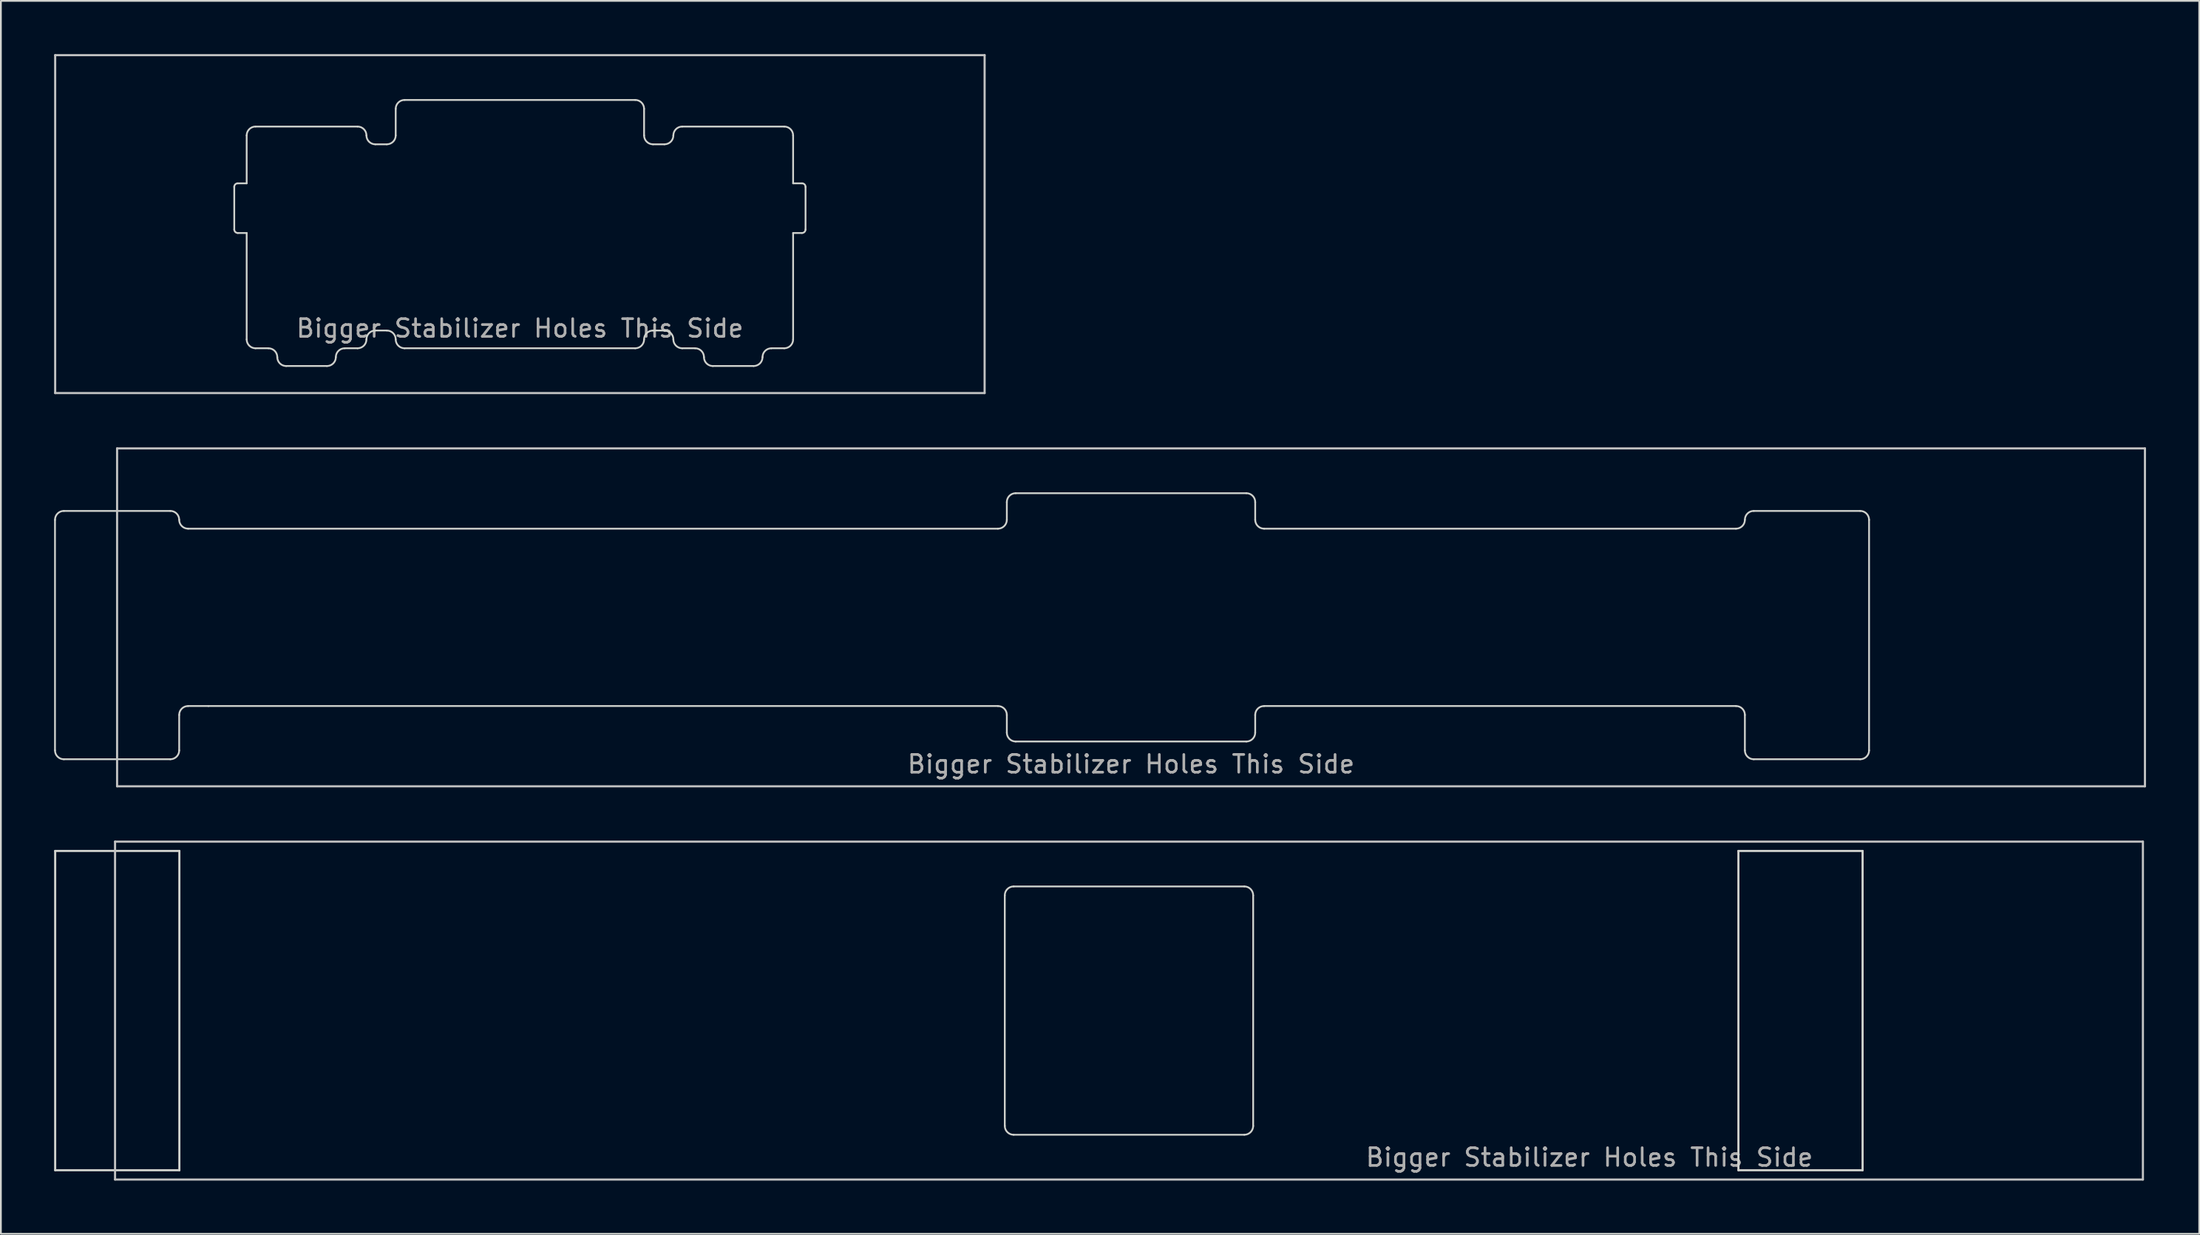
<source format=kicad_pcb>
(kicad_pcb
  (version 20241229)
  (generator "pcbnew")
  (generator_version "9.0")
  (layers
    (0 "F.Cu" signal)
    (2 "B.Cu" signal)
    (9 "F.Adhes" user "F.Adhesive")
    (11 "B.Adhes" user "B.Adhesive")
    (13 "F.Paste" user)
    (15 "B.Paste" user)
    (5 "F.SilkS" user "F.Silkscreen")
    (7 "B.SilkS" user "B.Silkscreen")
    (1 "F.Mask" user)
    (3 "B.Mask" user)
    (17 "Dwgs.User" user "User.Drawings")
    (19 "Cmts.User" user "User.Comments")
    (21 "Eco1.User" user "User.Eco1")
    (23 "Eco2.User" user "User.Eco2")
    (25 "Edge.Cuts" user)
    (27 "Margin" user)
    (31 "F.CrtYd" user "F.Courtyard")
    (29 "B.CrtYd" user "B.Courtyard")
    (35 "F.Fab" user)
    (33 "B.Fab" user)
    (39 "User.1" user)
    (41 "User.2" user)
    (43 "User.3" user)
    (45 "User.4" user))
  (footprint "mx_top_plate_6.00u"
    (layer "F.Cu")
    (at 60.7 31.755)
    (property "Reference" "mx_top_plate_6.00u" (at 0 2.381 0) (layer "Eco1.User") (effects (font (size 1 1) (thickness 0.15))))
    (attr through_hole)
    (fp_line (start -57.15 -9.525) (end 57.15 -9.525) (stroke (width 0.12) (type solid)) (layer "Dwgs.User"))
    (fp_line (start -57.15 9.525) (end -57.15 -9.525) (stroke (width 0.12) (type solid)) (layer "Dwgs.User"))
    (fp_line (start 57.15 -9.525) (end 57.15 9.525) (stroke (width 0.12) (type solid)) (layer "Dwgs.User"))
    (fp_line (start 57.15 9.525) (end -57.15 9.525) (stroke (width 0.12) (type solid)) (layer "Dwgs.User"))
    (fp_line (start 0 0) (end -0.5 0) (stroke (width 0.12) (type solid)) (layer "Eco1.User"))
    (fp_line (start 0 0) (end 0 -0.5) (stroke (width 0.12) (type solid)) (layer "Eco1.User"))
    (fp_line (start 0 0) (end 0 0.5) (stroke (width 0.12) (type solid)) (layer "Eco1.User"))
    (fp_line (start 0 0) (end 0.5 0) (stroke (width 0.12) (type solid)) (layer "Eco1.User"))
    (fp_line (start -60.65 -5.5) (end -60.65 7.5) (stroke (width 0.1) (type solid)) (layer "Edge.Cuts"))
    (fp_line (start -60.15 -6) (end -54.15 -6) (stroke (width 0.1) (type solid)) (layer "Edge.Cuts"))
    (fp_line (start -60.15 8) (end -54.15 8) (stroke (width 0.1) (type solid)) (layer "Edge.Cuts"))
    (fp_line (start -53.65 5.5) (end -53.65 7.5) (stroke (width 0.1) (type solid)) (layer "Edge.Cuts"))
    (fp_line (start -53.15 -5) (end -7.5 -5) (stroke (width 0.1) (type solid)) (layer "Edge.Cuts"))
    (fp_line (start -53.15 5) (end -52 5) (stroke (width 0.1) (type solid)) (layer "Edge.Cuts"))
    (fp_line (start -52 5) (end -7.5 5) (stroke (width 0.1) (type solid)) (layer "Edge.Cuts"))
    (fp_line (start -7 -6.5) (end -7 -5.5) (stroke (width 0.1) (type solid)) (layer "Edge.Cuts"))
    (fp_line (start -7 5.5) (end -7 6.5) (stroke (width 0.1) (type solid)) (layer "Edge.Cuts"))
    (fp_line (start -6.5 -7) (end 6.5 -7) (stroke (width 0.1) (type solid)) (layer "Edge.Cuts"))
    (fp_line (start -6.5 7) (end 6.5 7) (stroke (width 0.1) (type solid)) (layer "Edge.Cuts"))
    (fp_line (start 7 5.5) (end 7 6.5) (stroke (width 0.1) (type solid)) (layer "Edge.Cuts"))
    (fp_line (start 7 -6.5) (end 7 -5.5) (stroke (width 0.1) (type solid)) (layer "Edge.Cuts"))
    (fp_line (start 7.5 5) (end 34.1 5) (stroke (width 0.1) (type solid)) (layer "Edge.Cuts"))
    (fp_line (start 7.5 -5) (end 34.1 -5) (stroke (width 0.1) (type solid)) (layer "Edge.Cuts"))
    (fp_line (start 34.6 5.5) (end 34.6 7.5) (stroke (width 0.1) (type solid)) (layer "Edge.Cuts"))
    (fp_line (start 35.1 -6) (end 41.1 -6) (stroke (width 0.1) (type solid)) (layer "Edge.Cuts"))
    (fp_line (start 35.1 8) (end 41.1 8) (stroke (width 0.1) (type solid)) (layer "Edge.Cuts"))
    (fp_line (start 41.6 -5.5) (end 41.6 7.5) (stroke (width 0.1) (type solid)) (layer "Edge.Cuts"))
    (fp_arc (start -60.65 -5.50038) (mid -60.503553 -5.853933) (end -60.15 -6.00038) (stroke (width 0.1) (type solid)) (layer "Edge.Cuts"))
    (fp_arc (start -60.15 8) (mid -60.503553 7.853553) (end -60.65 7.5) (stroke (width 0.1) (type solid)) (layer "Edge.Cuts"))
    (fp_arc (start -54.15 -6.00038) (mid -53.796447 -5.853933) (end -53.65 -5.50038) (stroke (width 0.1) (type solid)) (layer "Edge.Cuts"))
    (fp_arc (start -53.65 5.5) (mid -53.503553 5.146447) (end -53.15 5) (stroke (width 0.1) (type solid)) (layer "Edge.Cuts"))
    (fp_arc (start -53.65 7.5) (mid -53.796447 7.853553) (end -54.15 8) (stroke (width 0.1) (type solid)) (layer "Edge.Cuts"))
    (fp_arc (start -53.15 -5.00038) (mid -53.503553 -5.146827) (end -53.65 -5.50038) (stroke (width 0.1) (type solid)) (layer "Edge.Cuts"))
    (fp_arc (start -7.5 5) (mid -7.146447 5.146447) (end -7 5.5) (stroke (width 0.1) (type solid)) (layer "Edge.Cuts"))
    (fp_arc (start -7 -6.5) (mid -6.853553 -6.853553) (end -6.5 -7) (stroke (width 0.1) (type solid)) (layer "Edge.Cuts"))
    (fp_arc (start -7 -5.5) (mid -7.146447 -5.146447) (end -7.5 -5) (stroke (width 0.1) (type solid)) (layer "Edge.Cuts"))
    (fp_arc (start -6.5 7) (mid -6.853553 6.853553) (end -7 6.5) (stroke (width 0.1) (type solid)) (layer "Edge.Cuts"))
    (fp_arc (start 6.5 -7) (mid 6.853553 -6.853553) (end 7 -6.5) (stroke (width 0.1) (type solid)) (layer "Edge.Cuts"))
    (fp_arc (start 6.999672 5.500007) (mid 7.146119 5.146454) (end 7.499672 5.000007) (stroke (width 0.1) (type solid)) (layer "Edge.Cuts"))
    (fp_arc (start 6.999672 6.500007) (mid 6.853225 6.85356) (end 6.499672 7.000007) (stroke (width 0.1) (type solid)) (layer "Edge.Cuts"))
    (fp_arc (start 7.5 -5) (mid 7.146447 -5.146447) (end 7 -5.5) (stroke (width 0.1) (type solid)) (layer "Edge.Cuts"))
    (fp_arc (start 34.1 5.000008) (mid 34.453553 5.146455) (end 34.6 5.500008) (stroke (width 0.1) (type solid)) (layer "Edge.Cuts"))
    (fp_arc (start 34.6 -5.5) (mid 34.453553 -5.146447) (end 34.1 -5) (stroke (width 0.1) (type solid)) (layer "Edge.Cuts"))
    (fp_arc (start 34.6 -5.5) (mid 34.746447 -5.853553) (end 35.1 -6) (stroke (width 0.1) (type solid)) (layer "Edge.Cuts"))
    (fp_arc (start 35.1 8.000008) (mid 34.746447 7.853561) (end 34.6 7.500008) (stroke (width 0.1) (type solid)) (layer "Edge.Cuts"))
    (fp_arc (start 41.1 -6) (mid 41.453553 -5.853553) (end 41.6 -5.5) (stroke (width 0.1) (type solid)) (layer "Edge.Cuts"))
    (fp_arc (start 41.6 7.500008) (mid 41.453553 7.853561) (end 41.1 8.000008) (stroke (width 0.1) (type solid)) (layer "Edge.Cuts"))
    (fp_text user "Bigger Stabilizer Holes This Side" (at 0 8.275 0) (unlocked yes) (layer "F.Fab") (effects (font (size 1 1) (thickness 0.15)))))
  (footprint "mx_top_plate_6.00u_pcb_mount"
    (layer "F.Cu")
    (at 60.585 53.925)
    (property "Reference" "mx_top_plate_6.00u_pcb_mount" (at 0 2.381 0) (layer "Eco1.User") (effects (font (size 1 1) (thickness 0.15))))
    (attr through_hole)
    (fp_line (start -57.15 -9.525) (end 57.15 -9.525) (stroke (width 0.12) (type solid)) (layer "Dwgs.User"))
    (fp_line (start -57.15 9.525) (end -57.15 -9.525) (stroke (width 0.12) (type solid)) (layer "Dwgs.User"))
    (fp_line (start 57.15 -9.525) (end 57.15 9.525) (stroke (width 0.12) (type solid)) (layer "Dwgs.User"))
    (fp_line (start 57.15 9.525) (end -57.15 9.525) (stroke (width 0.12) (type solid)) (layer "Dwgs.User"))
    (fp_line (start 0 0) (end -0.5 0) (stroke (width 0.12) (type solid)) (layer "Eco1.User"))
    (fp_line (start 0 0) (end 0 -0.5) (stroke (width 0.12) (type solid)) (layer "Eco1.User"))
    (fp_line (start 0 0) (end 0 0.5) (stroke (width 0.12) (type solid)) (layer "Eco1.User"))
    (fp_line (start 0 0) (end 0.5 0) (stroke (width 0.12) (type solid)) (layer "Eco1.User"))
    (fp_line (start -60.525 -9) (end -53.525 -9) (stroke (width 0.12) (type default)) (layer "Edge.Cuts"))
    (fp_line (start -60.525 9) (end -60.525 -9) (stroke (width 0.12) (type default)) (layer "Edge.Cuts"))
    (fp_line (start -53.525 -9) (end -53.525 9) (stroke (width 0.12) (type default)) (layer "Edge.Cuts"))
    (fp_line (start -53.525 9) (end -60.525 9) (stroke (width 0.12) (type default)) (layer "Edge.Cuts"))
    (fp_line (start -7 -6.491) (end -7 6.5) (stroke (width 0.1) (type solid)) (layer "Edge.Cuts"))
    (fp_line (start -6.5 -7) (end 6.5 -7) (stroke (width 0.1) (type solid)) (layer "Edge.Cuts"))
    (fp_line (start -6.5 7) (end 6.5 7) (stroke (width 0.1) (type solid)) (layer "Edge.Cuts"))
    (fp_line (start 7 -6.491) (end 7 6.509) (stroke (width 0.1) (type solid)) (layer "Edge.Cuts"))
    (fp_line (start 34.35 -9) (end 41.35 -9) (stroke (width 0.12) (type default)) (layer "Edge.Cuts"))
    (fp_line (start 34.35 9) (end 34.35 -9) (stroke (width 0.12) (type default)) (layer "Edge.Cuts"))
    (fp_line (start 41.35 -9) (end 41.35 9) (stroke (width 0.12) (type default)) (layer "Edge.Cuts"))
    (fp_line (start 41.35 9) (end 34.35 9) (stroke (width 0.12) (type default)) (layer "Edge.Cuts"))
    (fp_arc (start -7 -6.5) (mid -6.853553 -6.853553) (end -6.5 -7) (stroke (width 0.1) (type solid)) (layer "Edge.Cuts"))
    (fp_arc (start -6.5 7) (mid -6.853553 6.853553) (end -7 6.5) (stroke (width 0.1) (type solid)) (layer "Edge.Cuts"))
    (fp_arc (start 6.5 -7) (mid 6.853553 -6.853553) (end 7 -6.5) (stroke (width 0.1) (type solid)) (layer "Edge.Cuts"))
    (fp_arc (start 7 6.5) (mid 6.853553 6.853553) (end 6.5 7) (stroke (width 0.1) (type solid)) (layer "Edge.Cuts"))
    (fp_text user "Bigger Stabilizer Holes This Side" (at 25.95 8.275 0) (unlocked yes) (layer "F.Fab") (effects (font (size 1 1) (thickness 0.15)))))
  (footprint "mx_top_plate_2.75u_plate_mount"
    (layer "F.Cu")
    (at 26.254 9.585)
    (property "Reference" "mx_top_plate_2.75u_plate_mount" (at 0 2.381 0) (layer "Eco1.User") (effects (font (size 1 1) (thickness 0.15))))
    (attr through_hole)
    (fp_line (start -26.194 -9.525) (end 26.194 -9.525) (stroke (width 0.12) (type solid)) (layer "Dwgs.User"))
    (fp_line (start -26.194 9.525) (end -26.194 -9.525) (stroke (width 0.12) (type solid)) (layer "Dwgs.User"))
    (fp_line (start 26.194 -9.525) (end 26.194 9.525) (stroke (width 0.12) (type solid)) (layer "Dwgs.User"))
    (fp_line (start 26.194 9.525) (end -26.194 9.525) (stroke (width 0.12) (type solid)) (layer "Dwgs.User"))
    (fp_line (start -0.000001 -0.000013) (end -0.5 -0.000013) (stroke (width 0.12) (type solid)) (layer "Eco1.User"))
    (fp_line (start -0.000001 -0.000013) (end -0.000001 -0.5) (stroke (width 0.12) (type solid)) (layer "Eco1.User"))
    (fp_line (start -0.000001 -0.000013) (end -0.000001 0.5) (stroke (width 0.12) (type solid)) (layer "Eco1.User"))
    (fp_line (start -0.000001 -0.000013) (end 0.5 -0.000013) (stroke (width 0.12) (type solid)) (layer "Eco1.User"))
    (fp_line (start -16.1 -2.1) (end -16.1 0.3) (stroke (width 0.1) (type solid)) (layer "Edge.Cuts"))
    (fp_line (start -15.9 -2.3) (end -15.4 -2.3) (stroke (width 0.1) (type solid)) (layer "Edge.Cuts"))
    (fp_line (start -15.9 0.5) (end -15.4 0.5) (stroke (width 0.1) (type solid)) (layer "Edge.Cuts"))
    (fp_line (start -15.4 -5) (end -15.4 -2.3) (stroke (width 0.1) (type solid)) (layer "Edge.Cuts"))
    (fp_line (start -15.4 0.5) (end -15.4 6.5) (stroke (width 0.1) (type solid)) (layer "Edge.Cuts"))
    (fp_line (start -14.9 -5.5) (end -9.15 -5.5) (stroke (width 0.1) (type solid)) (layer "Edge.Cuts"))
    (fp_line (start -14.9 7) (end -14.175 7) (stroke (width 0.1) (type solid)) (layer "Edge.Cuts"))
    (fp_line (start -13.175 8) (end -10.875 8) (stroke (width 0.1) (type solid)) (layer "Edge.Cuts"))
    (fp_line (start -9.875 7) (end -9.15 7) (stroke (width 0.1) (type solid)) (layer "Edge.Cuts"))
    (fp_line (start -8.15 -4.5) (end -7.5 -4.5) (stroke (width 0.1) (type solid)) (layer "Edge.Cuts"))
    (fp_line (start -8.15 6) (end -7.5 6) (stroke (width 0.1) (type solid)) (layer "Edge.Cuts"))
    (fp_line (start -7 -6.5) (end -7 -5) (stroke (width 0.1) (type solid)) (layer "Edge.Cuts"))
    (fp_line (start -6.5 -7) (end 6.5 -7) (stroke (width 0.1) (type solid)) (layer "Edge.Cuts"))
    (fp_line (start -6.5 7) (end 6.5 7) (stroke (width 0.1) (type solid)) (layer "Edge.Cuts"))
    (fp_line (start 7 -6.5) (end 7 -5) (stroke (width 0.1) (type solid)) (layer "Edge.Cuts"))
    (fp_line (start 8.15 -4.5) (end 7.5 -4.5) (stroke (width 0.1) (type solid)) (layer "Edge.Cuts"))
    (fp_line (start 8.15 6) (end 7.5 6) (stroke (width 0.1) (type solid)) (layer "Edge.Cuts"))
    (fp_line (start 9.875 7) (end 9.15 7) (stroke (width 0.1) (type solid)) (layer "Edge.Cuts"))
    (fp_line (start 13.175 8) (end 10.875 8) (stroke (width 0.1) (type solid)) (layer "Edge.Cuts"))
    (fp_line (start 14.9 -5.5) (end 9.15 -5.5) (stroke (width 0.1) (type solid)) (layer "Edge.Cuts"))
    (fp_line (start 14.9 7) (end 14.175 7) (stroke (width 0.1) (type solid)) (layer "Edge.Cuts"))
    (fp_line (start 15.4 -5) (end 15.4 -2.3) (stroke (width 0.1) (type solid)) (layer "Edge.Cuts"))
    (fp_line (start 15.4 0.5) (end 15.4 6.5) (stroke (width 0.1) (type solid)) (layer "Edge.Cuts"))
    (fp_line (start 15.9 -2.3) (end 15.4 -2.3) (stroke (width 0.1) (type solid)) (layer "Edge.Cuts"))
    (fp_line (start 15.9 0.5) (end 15.4 0.5) (stroke (width 0.1) (type solid)) (layer "Edge.Cuts"))
    (fp_line (start 16.1 -2.1) (end 16.1 0.3) (stroke (width 0.1) (type solid)) (layer "Edge.Cuts"))
    (fp_arc (start -16.1 -2.1) (mid -16.041421 -2.241421) (end -15.9 -2.3) (stroke (width 0.1) (type solid)) (layer "Edge.Cuts"))
    (fp_arc (start -15.9 0.5) (mid -16.041421 0.441421) (end -16.1 0.3) (stroke (width 0.1) (type solid)) (layer "Edge.Cuts"))
    (fp_arc (start -15.4 -5) (mid -15.253553 -5.353553) (end -14.9 -5.5) (stroke (width 0.1) (type solid)) (layer "Edge.Cuts"))
    (fp_arc (start -14.9 7) (mid -15.253553 6.853553) (end -15.4 6.5) (stroke (width 0.1) (type solid)) (layer "Edge.Cuts"))
    (fp_arc (start -14.175 7) (mid -13.821447 7.146447) (end -13.675 7.5) (stroke (width 0.1) (type solid)) (layer "Edge.Cuts"))
    (fp_arc (start -13.175 8) (mid -13.528553 7.853553) (end -13.675 7.5) (stroke (width 0.1) (type solid)) (layer "Edge.Cuts"))
    (fp_arc (start -10.375 7.5) (mid -10.521447 7.853553) (end -10.875 8) (stroke (width 0.1) (type solid)) (layer "Edge.Cuts"))
    (fp_arc (start -10.375 7.5) (mid -10.228553 7.146447) (end -9.875 7) (stroke (width 0.1) (type solid)) (layer "Edge.Cuts"))
    (fp_arc (start -9.15 -5.5) (mid -8.796447 -5.353553) (end -8.65 -5) (stroke (width 0.1) (type solid)) (layer "Edge.Cuts"))
    (fp_arc (start -8.65 6.5) (mid -8.796447 6.853553) (end -9.15 7) (stroke (width 0.1) (type solid)) (layer "Edge.Cuts"))
    (fp_arc (start -8.65 6.5) (mid -8.503553 6.146447) (end -8.15 6) (stroke (width 0.1) (type solid)) (layer "Edge.Cuts"))
    (fp_arc (start -8.15 -4.5) (mid -8.503553 -4.646447) (end -8.65 -5) (stroke (width 0.1) (type solid)) (layer "Edge.Cuts"))
    (fp_arc (start -7.5 6) (mid -7.146447 6.146447) (end -7 6.5) (stroke (width 0.1) (type solid)) (layer "Edge.Cuts"))
    (fp_arc (start -7 -6.5) (mid -6.853553 -6.853553) (end -6.5 -7) (stroke (width 0.1) (type solid)) (layer "Edge.Cuts"))
    (fp_arc (start -7 -5) (mid -7.146447 -4.646447) (end -7.5 -4.5) (stroke (width 0.1) (type solid)) (layer "Edge.Cuts"))
    (fp_arc (start -6.5 7) (mid -6.853553 6.853553) (end -7 6.5) (stroke (width 0.1) (type solid)) (layer "Edge.Cuts"))
    (fp_arc (start 6.5 -7) (mid 6.853553 -6.853553) (end 7 -6.5) (stroke (width 0.1) (type solid)) (layer "Edge.Cuts"))
    (fp_arc (start 7 6.5) (mid 6.853553 6.853553) (end 6.5 7) (stroke (width 0.1) (type solid)) (layer "Edge.Cuts"))
    (fp_arc (start 7 6.5) (mid 7.146447 6.146447) (end 7.5 6) (stroke (width 0.1) (type solid)) (layer "Edge.Cuts"))
    (fp_arc (start 7.5 -4.5) (mid 7.146447 -4.646447) (end 7 -5) (stroke (width 0.1) (type solid)) (layer "Edge.Cuts"))
    (fp_arc (start 8.15 6) (mid 8.503553 6.146447) (end 8.65 6.5) (stroke (width 0.1) (type solid)) (layer "Edge.Cuts"))
    (fp_arc (start 8.65 -5) (mid 8.503553 -4.646447) (end 8.15 -4.5) (stroke (width 0.1) (type solid)) (layer "Edge.Cuts"))
    (fp_arc (start 8.65 -5) (mid 8.796447 -5.353553) (end 9.15 -5.5) (stroke (width 0.1) (type solid)) (layer "Edge.Cuts"))
    (fp_arc (start 9.15 7) (mid 8.796447 6.853553) (end 8.65 6.5) (stroke (width 0.1) (type solid)) (layer "Edge.Cuts"))
    (fp_arc (start 9.875 7) (mid 10.228553 7.146447) (end 10.375 7.5) (stroke (width 0.1) (type solid)) (layer "Edge.Cuts"))
    (fp_arc (start 10.875 8) (mid 10.521447 7.853553) (end 10.375 7.5) (stroke (width 0.1) (type solid)) (layer "Edge.Cuts"))
    (fp_arc (start 13.675 7.5) (mid 13.528553 7.853553) (end 13.175 8) (stroke (width 0.1) (type solid)) (layer "Edge.Cuts"))
    (fp_arc (start 13.675 7.5) (mid 13.821447 7.146447) (end 14.175 7) (stroke (width 0.1) (type solid)) (layer "Edge.Cuts"))
    (fp_arc (start 14.9 -5.5) (mid 15.253553 -5.353553) (end 15.4 -5) (stroke (width 0.1) (type solid)) (layer "Edge.Cuts"))
    (fp_arc (start 15.4 6.5) (mid 15.253553 6.853553) (end 14.9 7) (stroke (width 0.1) (type solid)) (layer "Edge.Cuts"))
    (fp_arc (start 15.9 -2.3) (mid 16.041421 -2.241421) (end 16.1 -2.1) (stroke (width 0.1) (type solid)) (layer "Edge.Cuts"))
    (fp_arc (start 16.1 0.3) (mid 16.041421 0.441421) (end 15.9 0.5) (stroke (width 0.1) (type solid)) (layer "Edge.Cuts"))
    (fp_text user "Bigger Stabilizer Holes This Side" (at 0 5.875 0) (unlocked yes) (layer "F.Fab") (effects (font (size 1 1) (thickness 0.15)))))
  (gr_rect
    (start -3 -3)
    (end 120.91 66.51)
    (stroke (width 0.1) (type default))
    (fill no)
    (layer "Edge.Cuts")))
</source>
